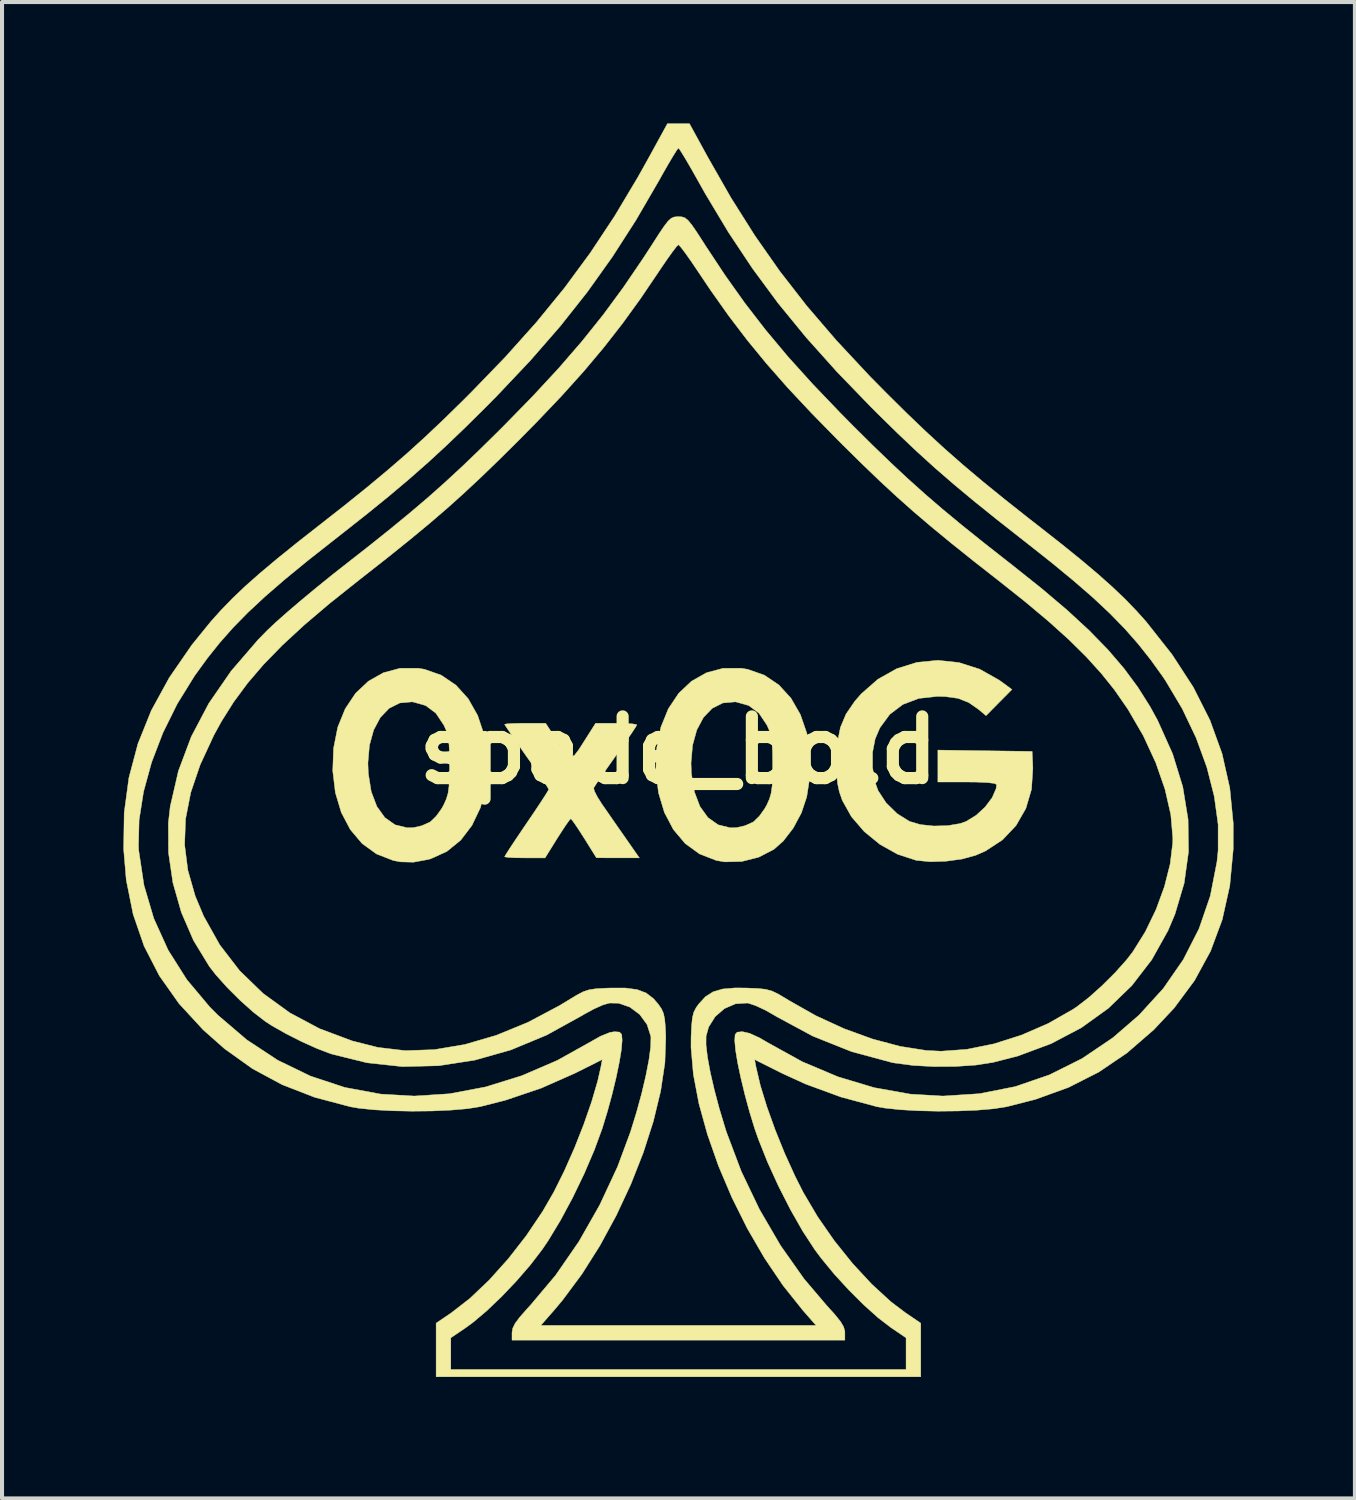
<source format=kicad_pcb>
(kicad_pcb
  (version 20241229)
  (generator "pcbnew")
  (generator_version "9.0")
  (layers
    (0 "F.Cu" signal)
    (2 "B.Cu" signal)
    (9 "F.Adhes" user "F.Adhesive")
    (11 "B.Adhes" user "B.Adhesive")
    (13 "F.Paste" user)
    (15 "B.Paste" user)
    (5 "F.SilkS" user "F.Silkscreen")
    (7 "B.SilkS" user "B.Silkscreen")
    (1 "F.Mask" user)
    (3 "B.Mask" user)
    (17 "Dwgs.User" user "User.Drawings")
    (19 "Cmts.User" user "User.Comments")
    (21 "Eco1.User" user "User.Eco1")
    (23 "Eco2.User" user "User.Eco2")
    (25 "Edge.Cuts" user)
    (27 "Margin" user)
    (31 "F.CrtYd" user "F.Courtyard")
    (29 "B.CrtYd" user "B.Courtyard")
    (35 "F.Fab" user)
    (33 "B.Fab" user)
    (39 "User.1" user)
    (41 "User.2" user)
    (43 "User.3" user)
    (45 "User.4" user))
  (footprint "spade_bold"
    (layer "F.Cu")
    (at 13.712 15.485)
    (property "Reference" "spade_bold" (at 0 0 0) (layer "F.SilkS") (effects (font (size 1.524 1.524) (thickness 0.3))))
    (attr through_hole)
    (fp_poly (pts (xy 1.709 -1.999) (xy 2.123 -1.854) (xy 2.482 -1.612) (xy 2.781 -1.284) (xy 3.012 -0.883) (xy 3.172 -0.421) (xy 3.253 0.089) (xy 3.251 0.634) (xy 3.17 1.153) (xy 3.039 1.547) (xy 2.838 1.923) (xy 2.591 2.244) (xy 2.358 2.45) (xy 1.985 2.643) (xy 1.568 2.749) (xy 1.148 2.76) (xy 0.937 2.725) (xy 0.523 2.564) (xy 0.167 2.306) (xy -0.125 1.96) (xy -0.347 1.538) (xy -0.493 1.051) (xy -0.558 0.51) (xy -0.551 0.316) (xy 0.311 0.316) (xy 0.32 0.575) (xy 0.393 1.024) (xy 0.531 1.39) (xy 0.729 1.665) (xy 0.981 1.843) (xy 1.281 1.917) (xy 1.431 1.914) (xy 1.643 1.866) (xy 1.839 1.778) (xy 1.864 1.761) (xy 1.999 1.629) (xy 2.134 1.44) (xy 2.187 1.345) (xy 2.25 1.202) (xy 2.291 1.059) (xy 2.315 0.885) (xy 2.326 0.649) (xy 2.328 0.363) (xy 2.325 0.046) (xy 2.313 -0.182) (xy 2.288 -0.351) (xy 2.244 -0.492) (xy 2.187 -0.619) (xy 1.99 -0.914) (xy 1.738 -1.103) (xy 1.424 -1.192) (xy 1.398 -1.194) (xy 1.097 -1.167) (xy 0.835 -1.035) (xy 0.618 -0.809) (xy 0.454 -0.501) (xy 0.349 -0.122) (xy 0.311 0.316) (xy -0.551 0.316) (xy -0.538 -0.045) (xy -0.435 -0.567) (xy -0.25 -1.023) (xy 0.006 -1.406) (xy 0.323 -1.705) (xy 0.693 -1.914) (xy 1.104 -2.024) (xy 1.548 -2.025) (xy 1.709 -1.999)) (stroke (width 0.01) (type solid)) (fill yes) (layer "F.SilkS"))
    (fp_poly (pts (xy -6.274 -1.999) (xy -5.859 -1.853) (xy -5.497 -1.607) (xy -5.194 -1.272) (xy -4.96 -0.858) (xy -4.8 -0.378) (xy -4.723 0.158) (xy -4.717 0.363) (xy -4.762 0.916) (xy -4.892 1.419) (xy -5.101 1.858) (xy -5.379 2.223) (xy -5.722 2.502) (xy -6.12 2.683) (xy -6.183 2.7) (xy -6.546 2.767) (xy -6.869 2.759) (xy -7.045 2.725) (xy -7.46 2.564) (xy -7.816 2.306) (xy -8.108 1.96) (xy -8.33 1.538) (xy -8.476 1.051) (xy -8.541 0.51) (xy -8.534 0.316) (xy -7.672 0.316) (xy -7.662 0.575) (xy -7.59 1.024) (xy -7.451 1.39) (xy -7.254 1.665) (xy -7.002 1.843) (xy -6.701 1.917) (xy -6.552 1.914) (xy -6.34 1.866) (xy -6.144 1.778) (xy -6.119 1.761) (xy -5.984 1.629) (xy -5.848 1.44) (xy -5.796 1.345) (xy -5.733 1.202) (xy -5.691 1.059) (xy -5.668 0.885) (xy -5.657 0.649) (xy -5.655 0.363) (xy -5.658 0.046) (xy -5.67 -0.182) (xy -5.695 -0.351) (xy -5.739 -0.492) (xy -5.796 -0.619) (xy -5.993 -0.914) (xy -6.245 -1.103) (xy -6.559 -1.192) (xy -6.585 -1.194) (xy -6.885 -1.167) (xy -7.148 -1.035) (xy -7.365 -0.809) (xy -7.529 -0.501) (xy -7.634 -0.122) (xy -7.672 0.316) (xy -8.534 0.316) (xy -8.521 -0.045) (xy -8.418 -0.567) (xy -8.233 -1.023) (xy -7.977 -1.406) (xy -7.66 -1.705) (xy -7.29 -1.914) (xy -6.879 -2.024) (xy -6.434 -2.025) (xy -6.274 -1.999)) (stroke (width 0.01) (type solid)) (fill yes) (layer "F.SilkS"))
    (fp_poly (pts (xy 6.933 -2.165) (xy 7.444 -2.002) (xy 7.928 -1.729) (xy 7.975 -1.695) (xy 8.24 -1.5) (xy 7.92 -1.177) (xy 7.6 -0.853) (xy 7.413 -1.01) (xy 7.17 -1.179) (xy 6.908 -1.281) (xy 6.588 -1.325) (xy 6.394 -1.33) (xy 5.938 -1.279) (xy 5.545 -1.13) (xy 5.222 -0.886) (xy 4.978 -0.554) (xy 4.861 -0.281) (xy 4.796 0.053) (xy 4.796 0.427) (xy 4.857 0.787) (xy 4.932 0.997) (xy 5.13 1.3) (xy 5.405 1.569) (xy 5.709 1.759) (xy 5.977 1.838) (xy 6.308 1.873) (xy 6.653 1.864) (xy 6.962 1.812) (xy 7.106 1.761) (xy 7.356 1.608) (xy 7.579 1.402) (xy 7.751 1.173) (xy 7.849 0.949) (xy 7.862 0.849) (xy 7.803 0.82) (xy 7.633 0.8) (xy 7.361 0.788) (xy 7.136 0.786) (xy 6.41 0.786) (xy 6.41 -0.003) (xy 7.575 0.014) (xy 8.739 0.03) (xy 8.757 0.443) (xy 8.724 0.965) (xy 8.583 1.442) (xy 8.341 1.862) (xy 8.006 2.216) (xy 7.584 2.492) (xy 7.344 2.597) (xy 7.007 2.689) (xy 6.614 2.743) (xy 6.221 2.756) (xy 5.88 2.722) (xy 5.866 2.719) (xy 5.412 2.57) (xy 4.979 2.328) (xy 4.591 2.011) (xy 4.273 1.642) (xy 4.049 1.24) (xy 4.044 1.227) (xy 3.974 1.023) (xy 3.931 0.817) (xy 3.91 0.569) (xy 3.905 0.272) (xy 3.927 -0.186) (xy 4.002 -0.563) (xy 4.141 -0.893) (xy 4.357 -1.209) (xy 4.516 -1.392) (xy 4.929 -1.754) (xy 5.393 -2.014) (xy 5.892 -2.17) (xy 6.411 -2.221) (xy 6.933 -2.165)) (stroke (width 0.01) (type solid)) (fill yes) (layer "F.SilkS"))
    (fp_poly (pts (xy -3.026 -0.275) (xy -2.864 -0.03) (xy -2.748 0.118) (xy -2.657 0.169) (xy -2.569 0.126) (xy -2.464 -0.01) (xy -2.334 -0.213) (xy -2.047 -0.665) (xy -1.538 -0.665) (xy -1.306 -0.661) (xy -1.13 -0.65) (xy -1.036 -0.633) (xy -1.028 -0.627) (xy -1.061 -0.566) (xy -1.153 -0.426) (xy -1.291 -0.225) (xy -1.463 0.02) (xy -1.548 0.139) (xy -1.733 0.401) (xy -1.893 0.63) (xy -2.014 0.808) (xy -2.083 0.915) (xy -2.094 0.935) (xy -2.074 1.015) (xy -1.999 1.161) (xy -1.882 1.345) (xy -1.869 1.363) (xy -1.713 1.587) (xy -1.524 1.86) (xy -1.335 2.13) (xy -1.292 2.192) (xy -0.965 2.661) (xy -1.495 2.66) (xy -2.026 2.659) (xy -2.327 2.176) (xy -2.461 1.967) (xy -2.571 1.804) (xy -2.643 1.708) (xy -2.66 1.693) (xy -2.704 1.741) (xy -2.795 1.87) (xy -2.917 2.057) (xy -2.994 2.177) (xy -3.295 2.661) (xy -3.794 2.661) (xy -4.023 2.658) (xy -4.197 2.649) (xy -4.287 2.636) (xy -4.294 2.631) (xy -4.261 2.573) (xy -4.172 2.433) (xy -4.037 2.229) (xy -3.868 1.978) (xy -3.75 1.804) (xy -3.565 1.532) (xy -3.407 1.294) (xy -3.287 1.11) (xy -3.218 0.996) (xy -3.205 0.968) (xy -3.238 0.907) (xy -3.33 0.766) (xy -3.468 0.562) (xy -3.64 0.313) (xy -3.75 0.158) (xy -3.936 -0.108) (xy -4.095 -0.337) (xy -4.214 -0.513) (xy -4.283 -0.617) (xy -4.294 -0.639) (xy -4.238 -0.651) (xy -4.089 -0.66) (xy -3.875 -0.665) (xy -3.787 -0.665) (xy -3.28 -0.665) (xy -3.026 -0.275)) (stroke (width 0.01) (type solid)) (fill yes) (layer "F.SilkS"))
    (fp_poly (pts (xy 0.726 -14.651) (xy 1.3 -13.645) (xy 1.888 -12.713) (xy 2.506 -11.831) (xy 3.172 -10.975) (xy 3.903 -10.123) (xy 4.717 -9.251) (xy 5.137 -8.825) (xy 5.638 -8.329) (xy 6.105 -7.882) (xy 6.56 -7.463) (xy 7.023 -7.056) (xy 7.515 -6.641) (xy 8.058 -6.2) (xy 8.672 -5.714) (xy 8.883 -5.55) (xy 9.46 -5.097) (xy 9.951 -4.7) (xy 10.368 -4.348) (xy 10.726 -4.029) (xy 11.038 -3.731) (xy 11.317 -3.442) (xy 11.556 -3.175) (xy 12.197 -2.363) (xy 12.722 -1.555) (xy 13.132 -0.742) (xy 13.431 0.084) (xy 13.622 0.932) (xy 13.708 1.809) (xy 13.707 2.449) (xy 13.622 3.351) (xy 13.436 4.187) (xy 13.147 4.965) (xy 12.752 5.69) (xy 12.248 6.37) (xy 11.743 6.908) (xy 11.08 7.482) (xy 10.385 7.953) (xy 9.638 8.332) (xy 8.822 8.627) (xy 8.104 8.81) (xy 7.78 8.86) (xy 7.369 8.895) (xy 6.902 8.914) (xy 6.409 8.919) (xy 5.923 8.908) (xy 5.473 8.882) (xy 5.093 8.841) (xy 4.899 8.807) (xy 4.012 8.568) (xy 3.14 8.248) (xy 2.565 7.985) (xy 1.882 7.643) (xy 1.917 7.828) (xy 2.024 8.284) (xy 2.186 8.811) (xy 2.39 9.38) (xy 2.625 9.961) (xy 2.881 10.524) (xy 3.083 10.924) (xy 3.438 11.526) (xy 3.851 12.12) (xy 4.303 12.683) (xy 4.776 13.193) (xy 5.249 13.627) (xy 5.61 13.9) (xy 5.987 14.156) (xy 5.987 15.482) (xy -5.987 15.482) (xy -5.987 14.156) (xy -5.61 13.9) (xy -5.149 13.542) (xy -4.674 13.09) (xy -4.205 12.567) (xy -3.759 11.995) (xy -3.357 11.398) (xy -3.083 10.924) (xy -2.82 10.396) (xy -2.568 9.826) (xy -2.339 9.245) (xy -2.144 8.683) (xy -1.994 8.17) (xy -1.917 7.828) (xy -1.882 7.643) (xy -2.565 7.985) (xy -3.392 8.35) (xy -4.274 8.648) (xy -4.899 8.807) (xy -5.218 8.858) (xy -5.627 8.893) (xy -6.093 8.914) (xy -6.585 8.919) (xy -7.073 8.909) (xy -7.524 8.884) (xy -7.907 8.844) (xy -8.104 8.81) (xy -8.988 8.576) (xy -9.789 8.265) (xy -10.524 7.869) (xy -11.212 7.378) (xy -11.743 6.908) (xy -12.339 6.261) (xy -12.825 5.573) (xy -13.202 4.84) (xy -13.473 4.053) (xy -13.643 3.206) (xy -13.707 2.449) (xy -13.706 2.377) (xy -13.341 2.377) (xy -13.334 2.48) (xy -13.205 3.336) (xy -12.962 4.158) (xy -12.608 4.938) (xy -12.146 5.669) (xy -11.579 6.345) (xy -11.38 6.545) (xy -10.663 7.157) (xy -9.899 7.66) (xy -9.09 8.052) (xy -8.243 8.332) (xy -7.36 8.496) (xy -6.531 8.545) (xy -5.655 8.488) (xy -4.762 8.319) (xy -3.87 8.042) (xy -2.993 7.664) (xy -2.215 7.23) (xy -1.926 7.067) (xy -1.696 6.974) (xy -1.582 6.955) (xy -1.455 6.965) (xy -1.402 7.021) (xy -1.391 7.16) (xy -1.391 7.17) (xy -1.409 7.396) (xy -1.461 7.71) (xy -1.539 8.086) (xy -1.638 8.498) (xy -1.753 8.921) (xy -1.877 9.328) (xy -1.882 9.344) (xy -2.08 9.884) (xy -2.33 10.467) (xy -2.615 11.058) (xy -2.917 11.62) (xy -3.219 12.119) (xy -3.367 12.337) (xy -3.659 12.718) (xy -4.001 13.113) (xy -4.368 13.499) (xy -4.734 13.849) (xy -5.075 14.137) (xy -5.247 14.263) (xy -5.624 14.519) (xy -5.624 15.3) (xy 5.624 15.3) (xy 5.624 14.519) (xy 5.247 14.263) (xy 4.932 14.021) (xy 4.577 13.703) (xy 4.208 13.335) (xy 3.848 12.942) (xy 3.525 12.549) (xy 3.367 12.337) (xy 3.072 11.885) (xy 2.768 11.351) (xy 2.472 10.77) (xy 2.202 10.179) (xy 1.976 9.612) (xy 1.882 9.344) (xy 1.758 8.938) (xy 1.643 8.516) (xy 1.543 8.102) (xy 1.463 7.724) (xy 1.411 7.407) (xy 1.391 7.177) (xy 1.391 7.17) (xy 1.4 7.026) (xy 1.45 6.967) (xy 1.573 6.955) (xy 1.582 6.955) (xy 1.76 6.995) (xy 2.01 7.11) (xy 2.215 7.23) (xy 3.063 7.698) (xy 3.942 8.069) (xy 4.835 8.337) (xy 5.727 8.497) (xy 6.531 8.545) (xy 7.442 8.486) (xy 8.322 8.311) (xy 9.166 8.021) (xy 9.971 7.619) (xy 10.731 7.106) (xy 11.38 6.545) (xy 11.979 5.888) (xy 12.474 5.173) (xy 12.863 4.408) (xy 13.141 3.599) (xy 13.306 2.753) (xy 13.334 2.48) (xy 13.334 1.835) (xy 13.239 1.143) (xy 13.056 0.423) (xy 12.789 -0.308) (xy 12.446 -1.028) (xy 12.033 -1.721) (xy 11.958 -1.832) (xy 11.664 -2.24) (xy 11.359 -2.625) (xy 11.031 -2.998) (xy 10.665 -3.374) (xy 10.251 -3.763) (xy 9.774 -4.178) (xy 9.222 -4.633) (xy 8.582 -5.139) (xy 8.52 -5.187) (xy 7.879 -5.691) (xy 7.316 -6.144) (xy 6.81 -6.565) (xy 6.34 -6.972) (xy 5.885 -7.385) (xy 5.424 -7.822) (xy 4.936 -8.3) (xy 4.774 -8.462) (xy 3.918 -9.347) (xy 3.154 -10.2) (xy 2.463 -11.044) (xy 1.83 -11.902) (xy 1.236 -12.795) (xy 0.665 -13.747) (xy 0.48 -14.076) (xy 0.323 -14.354) (xy 0.186 -14.59) (xy 0.079 -14.766) (xy 0.014 -14.864) (xy 0 -14.877) (xy -0.04 -14.827) (xy -0.127 -14.689) (xy -0.25 -14.482) (xy -0.398 -14.223) (xy -0.48 -14.076) (xy -1.047 -13.1) (xy -1.631 -12.191) (xy -2.249 -11.324) (xy -2.919 -10.477) (xy -3.657 -9.63) (xy -4.481 -8.758) (xy -4.774 -8.462) (xy -5.275 -7.966) (xy -5.742 -7.519) (xy -6.197 -7.1) (xy -6.66 -6.693) (xy -7.152 -6.278) (xy -7.695 -5.837) (xy -8.31 -5.352) (xy -8.52 -5.187) (xy -9.169 -4.676) (xy -9.728 -4.217) (xy -10.211 -3.799) (xy -10.631 -3.408) (xy -11 -3.032) (xy -11.331 -2.658) (xy -11.637 -2.275) (xy -11.932 -1.869) (xy -11.958 -1.832) (xy -12.382 -1.146) (xy -12.737 -0.429) (xy -13.017 0.301) (xy -13.215 1.025) (xy -13.325 1.723) (xy -13.341 2.377) (xy -13.706 2.377) (xy -13.694 1.547) (xy -13.577 0.679) (xy -13.354 -0.161) (xy -13.023 -0.983) (xy -12.579 -1.793) (xy -12.021 -2.602) (xy -11.556 -3.175) (xy -11.295 -3.466) (xy -11.014 -3.755) (xy -10.699 -4.055) (xy -10.336 -4.376) (xy -9.913 -4.731) (xy -9.416 -5.132) (xy -8.883 -5.55) (xy -8.242 -6.053) (xy -7.679 -6.506) (xy -7.173 -6.928) (xy -6.703 -7.335) (xy -6.248 -7.748) (xy -5.787 -8.185) (xy -5.299 -8.663) (xy -5.137 -8.825) (xy -4.277 -9.714) (xy -3.509 -10.572) (xy -2.814 -11.423) (xy -2.176 -12.29) (xy -1.576 -13.196) (xy -0.998 -14.164) (xy -0.726 -14.651) (xy -0.272 -15.48) (xy 0.272 -15.48) (xy 0.726 -14.651)) (stroke (width 0.01) (type solid)) (fill yes) (layer "F.SilkS"))
    (fp_poly (pts (xy 0.087 -13.177) (xy 0.161 -13.153) (xy 0.236 -13.093) (xy 0.328 -12.981) (xy 0.452 -12.802) (xy 0.621 -12.54) (xy 0.664 -12.472) (xy 1.15 -11.737) (xy 1.639 -11.049) (xy 2.151 -10.386) (xy 2.702 -9.727) (xy 3.311 -9.052) (xy 3.993 -8.339) (xy 4.32 -8.008) (xy 4.802 -7.53) (xy 5.245 -7.103) (xy 5.667 -6.709) (xy 6.087 -6.332) (xy 6.525 -5.955) (xy 7.001 -5.561) (xy 7.532 -5.135) (xy 8.139 -4.658) (xy 8.272 -4.554) (xy 8.99 -3.981) (xy 9.612 -3.453) (xy 10.149 -2.957) (xy 10.61 -2.484) (xy 11.007 -2.021) (xy 11.35 -1.557) (xy 11.651 -1.08) (xy 11.84 -0.735) (xy 12.21 0.09) (xy 12.461 0.905) (xy 12.592 1.711) (xy 12.603 2.506) (xy 12.495 3.287) (xy 12.267 4.054) (xy 12.096 4.458) (xy 11.695 5.176) (xy 11.202 5.816) (xy 10.621 6.378) (xy 9.955 6.857) (xy 9.209 7.25) (xy 8.386 7.556) (xy 7.771 7.714) (xy 7.344 7.78) (xy 6.843 7.814) (xy 6.314 7.817) (xy 5.799 7.789) (xy 5.342 7.729) (xy 5.265 7.714) (xy 4.274 7.446) (xy 3.32 7.065) (xy 2.414 6.576) (xy 2.387 6.559) (xy 2.148 6.423) (xy 1.917 6.315) (xy 1.735 6.253) (xy 1.703 6.247) (xy 1.412 6.265) (xy 1.139 6.383) (xy 0.908 6.582) (xy 0.746 6.84) (xy 0.683 7.068) (xy 0.682 7.28) (xy 0.718 7.585) (xy 0.788 7.964) (xy 0.888 8.397) (xy 1.012 8.863) (xy 1.157 9.343) (xy 1.186 9.434) (xy 1.552 10.404) (xy 2.003 11.347) (xy 2.524 12.24) (xy 3.103 13.061) (xy 3.652 13.707) (xy 3.865 13.943) (xy 4.004 14.116) (xy 4.081 14.246) (xy 4.111 14.354) (xy 4.112 14.388) (xy 4.112 14.575) (xy -4.112 14.575) (xy -4.112 14.388) (xy -4.095 14.283) (xy -4.035 14.162) (xy -3.918 14.005) (xy -3.731 13.793) (xy -3.652 13.707) (xy -3.033 12.971) (xy -2.46 12.141) (xy -1.947 11.24) (xy -1.505 10.293) (xy -1.186 9.434) (xy -1.038 8.954) (xy -0.909 8.484) (xy -0.805 8.043) (xy -0.729 7.652) (xy -0.686 7.331) (xy -0.68 7.1) (xy -0.683 7.068) (xy -0.776 6.777) (xy -0.956 6.53) (xy -1.199 6.348) (xy -1.478 6.251) (xy -1.703 6.247) (xy -1.866 6.294) (xy -2.088 6.393) (xy -2.33 6.524) (xy -2.387 6.559) (xy -3.257 7.039) (xy -4.141 7.406) (xy -5.032 7.658) (xy -5.926 7.796) (xy -6.816 7.818) (xy -7.695 7.723) (xy -8.557 7.51) (xy -8.618 7.49) (xy -8.939 7.367) (xy -9.313 7.198) (xy -9.694 7.005) (xy -10.035 6.812) (xy -10.208 6.7) (xy -10.502 6.473) (xy -10.828 6.182) (xy -11.15 5.861) (xy -11.431 5.547) (xy -11.589 5.344) (xy -11.98 4.703) (xy -12.282 4.006) (xy -12.49 3.275) (xy -12.599 2.533) (xy -12.6 2.336) (xy -12.201 2.336) (xy -12.121 2.965) (xy -11.939 3.602) (xy -11.732 4.096) (xy -11.333 4.809) (xy -10.841 5.449) (xy -10.26 6.011) (xy -9.599 6.49) (xy -8.863 6.882) (xy -8.058 7.183) (xy -7.426 7.343) (xy -6.75 7.423) (xy -6.031 7.398) (xy -5.278 7.271) (xy -4.503 7.045) (xy -3.717 6.723) (xy -2.932 6.306) (xy -2.735 6.186) (xy -2.516 6.053) (xy -2.353 5.967) (xy -2.203 5.918) (xy -2.027 5.892) (xy -1.783 5.879) (xy -1.685 5.876) (xy -1.306 5.876) (xy -1.018 5.915) (xy -0.797 5.999) (xy -0.615 6.139) (xy -0.496 6.278) (xy -0.419 6.39) (xy -0.369 6.503) (xy -0.339 6.65) (xy -0.321 6.863) (xy -0.312 7.087) (xy -0.334 7.724) (xy -0.439 8.423) (xy -0.619 9.168) (xy -0.867 9.941) (xy -1.175 10.723) (xy -1.536 11.496) (xy -1.942 12.244) (xy -2.387 12.947) (xy -2.863 13.587) (xy -3.07 13.834) (xy -3.401 14.212) (xy 3.401 14.212) (xy 3.07 13.834) (xy 2.584 13.225) (xy 2.125 12.546) (xy 1.701 11.815) (xy 1.32 11.05) (xy 0.989 10.27) (xy 0.716 9.491) (xy 0.506 8.732) (xy 0.369 8.011) (xy 0.311 7.346) (xy 0.312 7.087) (xy 0.325 6.804) (xy 0.345 6.61) (xy 0.379 6.474) (xy 0.435 6.364) (xy 0.496 6.278) (xy 0.664 6.093) (xy 0.855 5.97) (xy 1.092 5.9) (xy 1.403 5.873) (xy 1.685 5.876) (xy 1.958 5.887) (xy 2.151 5.907) (xy 2.305 5.948) (xy 2.46 6.021) (xy 2.657 6.138) (xy 2.735 6.186) (xy 3.402 6.563) (xy 4.097 6.882) (xy 4.796 7.136) (xy 5.477 7.317) (xy 6.117 7.418) (xy 6.489 7.437) (xy 7.123 7.391) (xy 7.796 7.255) (xy 8.477 7.038) (xy 9.136 6.752) (xy 9.743 6.406) (xy 9.845 6.338) (xy 10.139 6.111) (xy 10.465 5.819) (xy 10.787 5.499) (xy 11.069 5.184) (xy 11.226 4.981) (xy 11.535 4.485) (xy 11.8 3.937) (xy 12.008 3.369) (xy 12.149 2.81) (xy 12.212 2.292) (xy 12.215 2.177) (xy 12.165 1.593) (xy 12.021 0.963) (xy 11.792 0.306) (xy 11.485 -0.358) (xy 11.107 -1.009) (xy 10.773 -1.491) (xy 10.448 -1.896) (xy 10.077 -2.306) (xy 9.647 -2.731) (xy 9.147 -3.182) (xy 8.565 -3.67) (xy 7.909 -4.191) (xy 7.285 -4.68) (xy 6.74 -5.116) (xy 6.255 -5.515) (xy 5.81 -5.894) (xy 5.388 -6.269) (xy 4.968 -6.658) (xy 4.531 -7.078) (xy 4.058 -7.544) (xy 3.957 -7.645) (xy 3.292 -8.324) (xy 2.705 -8.95) (xy 2.18 -9.547) (xy 1.698 -10.134) (xy 1.242 -10.733) (xy 0.794 -11.366) (xy 0.485 -11.826) (xy 0.319 -12.072) (xy 0.174 -12.277) (xy 0.065 -12.421) (xy 0.005 -12.486) (xy 0 -12.488) (xy -0.049 -12.441) (xy -0.15 -12.31) (xy -0.289 -12.115) (xy -0.452 -11.876) (xy -0.485 -11.826) (xy -0.937 -11.158) (xy -1.386 -10.538) (xy -1.849 -9.945) (xy -2.343 -9.357) (xy -2.886 -8.754) (xy -3.496 -8.113) (xy -3.957 -7.645) (xy -4.44 -7.167) (xy -4.882 -6.74) (xy -5.304 -6.346) (xy -5.724 -5.969) (xy -6.163 -5.592) (xy -6.638 -5.199) (xy -7.169 -4.772) (xy -7.776 -4.295) (xy -7.909 -4.191) (xy -8.628 -3.618) (xy -9.25 -3.089) (xy -9.787 -2.593) (xy -10.248 -2.12) (xy -10.645 -1.657) (xy -10.988 -1.192) (xy -11.288 -0.716) (xy -11.477 -0.372) (xy -11.816 0.359) (xy -12.049 1.045) (xy -12.177 1.7) (xy -12.201 2.336) (xy -12.6 2.336) (xy -12.603 1.801) (xy -12.556 1.388) (xy -12.354 0.513) (xy -12.036 -0.335) (xy -11.603 -1.157) (xy -11.052 -1.955) (xy -10.384 -2.731) (xy -10.156 -2.963) (xy -9.945 -3.162) (xy -9.658 -3.416) (xy -9.317 -3.707) (xy -8.942 -4.018) (xy -8.554 -4.332) (xy -8.272 -4.554) (xy -7.647 -5.043) (xy -7.102 -5.479) (xy -6.617 -5.878) (xy -6.173 -6.256) (xy -5.751 -6.632) (xy -5.331 -7.021) (xy -4.894 -7.441) (xy -4.421 -7.907) (xy -4.32 -8.008) (xy -3.6 -8.745) (xy -2.961 -9.435) (xy -2.387 -10.098) (xy -1.86 -10.756) (xy -1.363 -11.431) (xy -0.878 -12.143) (xy -0.664 -12.472) (xy -0.483 -12.754) (xy -0.351 -12.949) (xy -0.254 -13.074) (xy -0.176 -13.144) (xy -0.103 -13.174) (xy -0.02 -13.182) (xy 0 -13.182) (xy 0.087 -13.177)) (stroke (width 0.01) (type solid)) (fill yes) (layer "F.SilkS")))
  (gr_rect
    (start -3 -3)
    (end 30.426 33.972)
    (stroke (width 0.1) (type default))
    (fill no)
    (layer "Edge.Cuts")))
</source>
